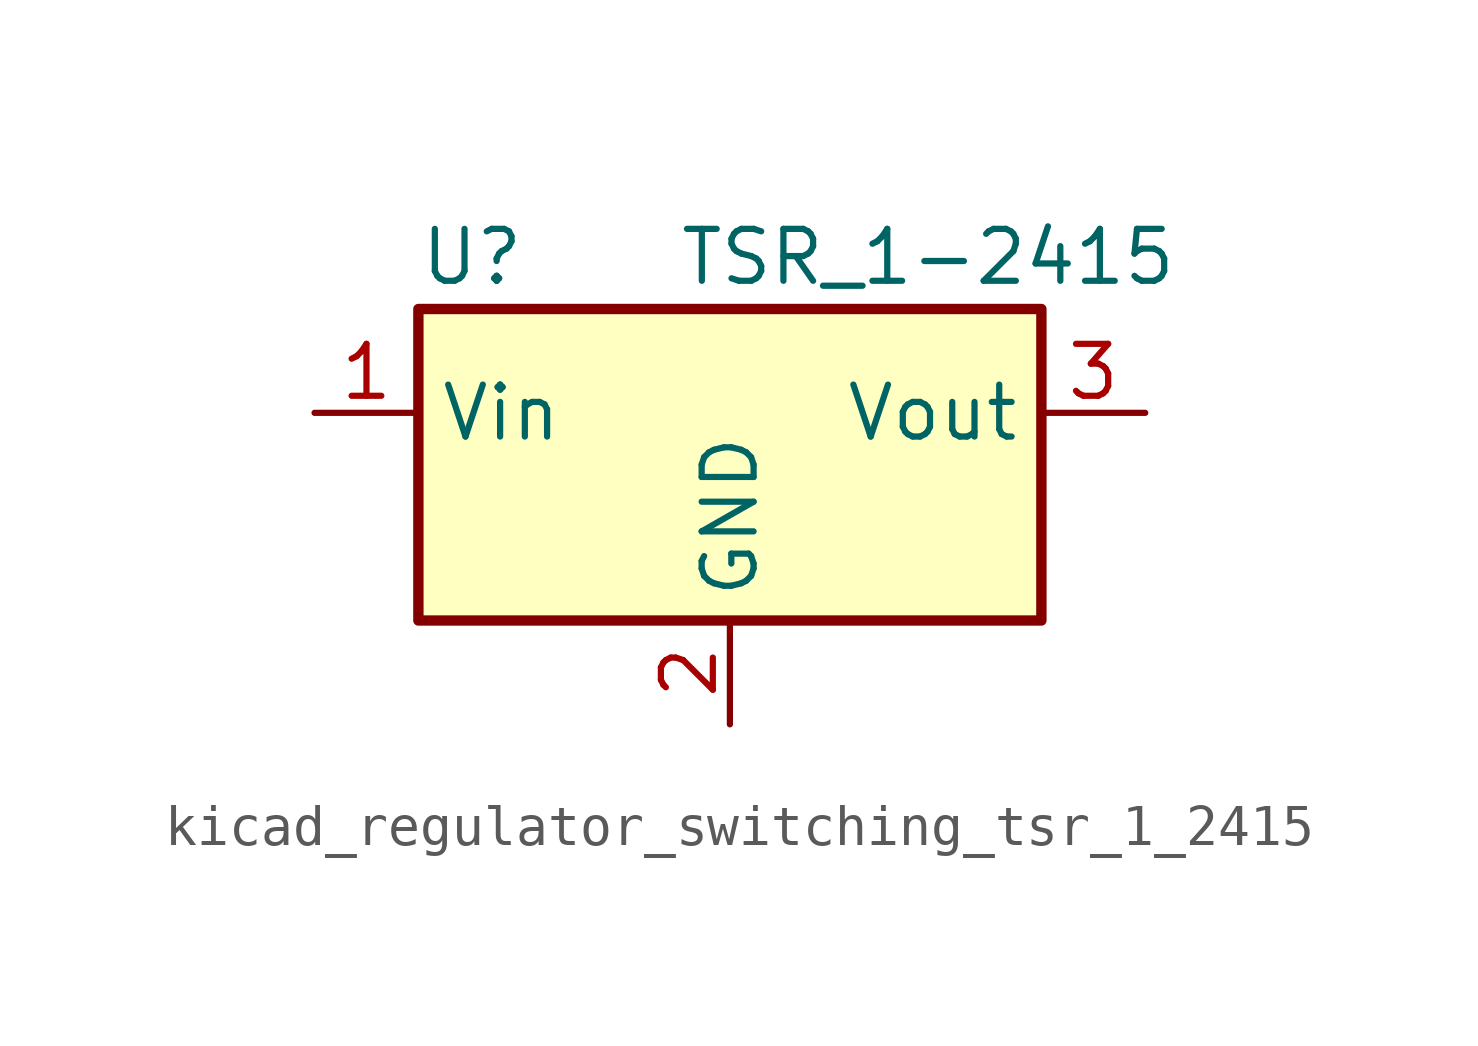
<source format=kicad_sym>
(kicad_symbol_lib
  (version 20220914)
  (generator kicad_symbol_editor)
  (symbol "kicad_regulator_switching_tsr_1_2415"
    (property "Reference" "U"
      (at -7.62 6.35 0)
      (effects (font (size 1.27 1.27)) (justify left)))
    (property "Value" "TSR_1-2415"
      (at -1.27 6.35 0)
      (effects (font (size 1.27 1.27)) (justify left)))
    (symbol "kicad_regulator_switching_tsr_1_2415_0_1"
      (rectangle (start -7.62 5.08) (end 7.62 -2.54) (stroke (width 0.254) (type default)) (fill (type background))))
    (symbol "kicad_regulator_switching_tsr_1_2415_1_1"
      (pin power_in line (at -10.16 2.54 0) (length 2.54) (name "Vin" (effects (font (size 1.27 1.27)))) (number "1" (effects (font (size 1.27 1.27)))))
      (pin power_in line (at 0 -5.08 90) (length 2.54) (name "GND" (effects (font (size 1.27 1.27)))) (number "2" (effects (font (size 1.27 1.27)))))
      (pin power_out line (at 10.16 2.54 180) (length 2.54) (name "Vout" (effects (font (size 1.27 1.27)))) (number "3" (effects (font (size 1.27 1.27))))))))
</source>
